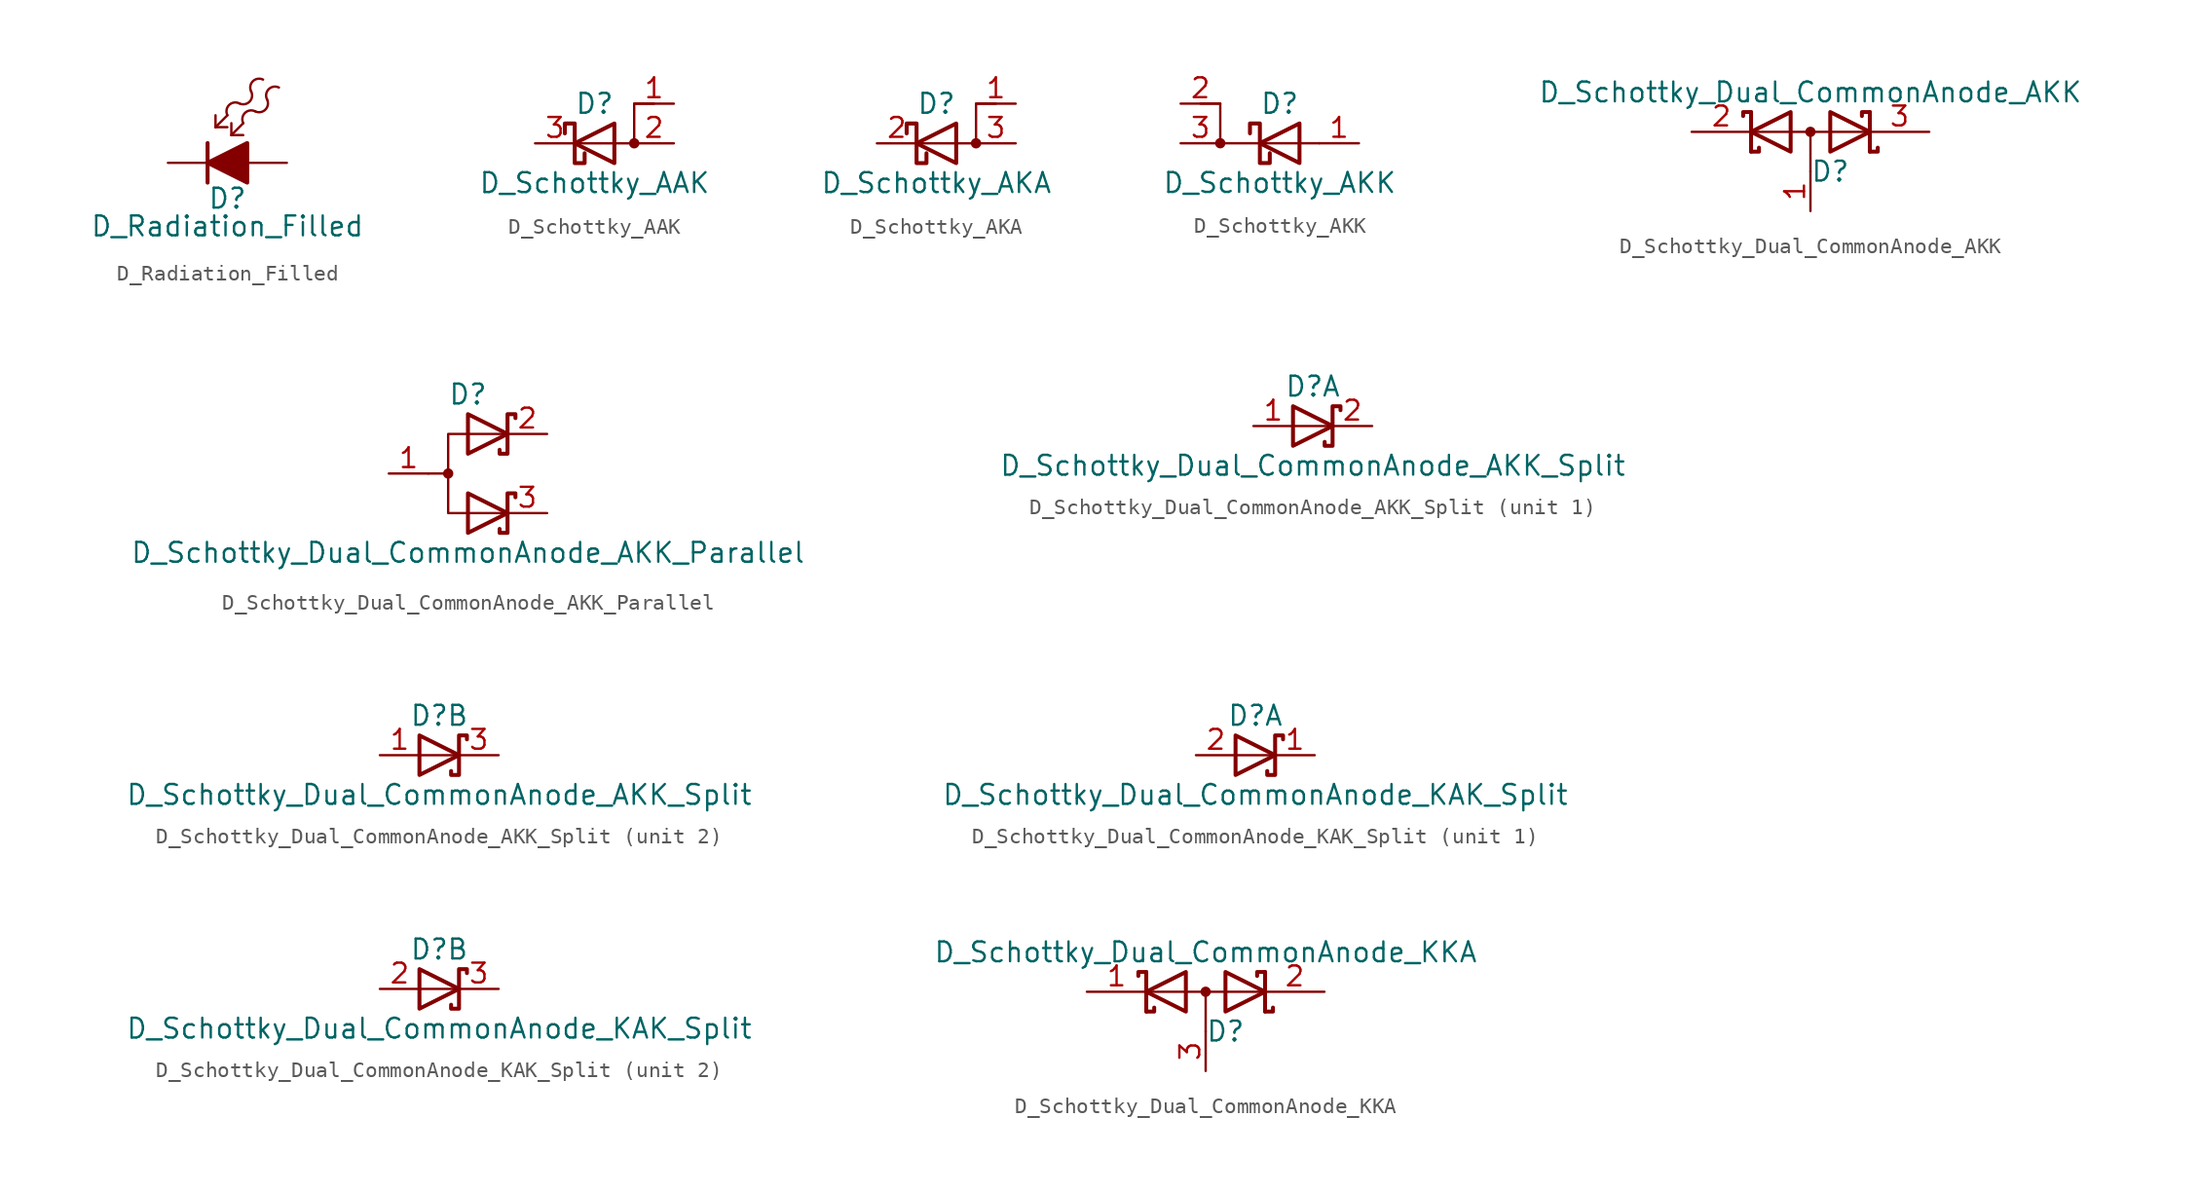
<source format=kicad_sym>
(kicad_symbol_lib
  (version 20241209)
  (generator "kicad_symbol_editor")
  (generator_version "9.0")
  (symbol "D_Radiation_Filled"
    (pin_numbers
      (hide yes))
    (pin_names
      (offset 1.016)
      (hide yes))
    (property "Reference" "D"
      (at -1.27 -2.286 0)
      (effects (font (size 1.27 1.27))))
    (property "Value" "D_Radiation_Filled"
      (at -1.27 -4.064 0)
      (effects (font (size 1.27 1.27))))
    (symbol "D_Radiation_Filled_0_1"
      (polyline (pts (xy -2.54 1.27) (xy -2.54 -1.27)) (stroke (width 0.254) (type default)) (fill (type none)))
      (polyline (pts (xy -2.032 3.048) (xy -2.032 2.286)) (stroke (width 0) (type default)) (fill (type none)))
      (polyline (pts (xy -2.032 2.286) (xy -1.27 3.048)) (stroke (width 0) (type default)) (fill (type none)))
      (polyline (pts (xy -2.032 2.286) (xy -1.27 2.286)) (stroke (width 0) (type default)) (fill (type none)))
      (polyline (pts (xy -1.016 2.54) (xy -1.016 1.778)) (stroke (width 0) (type default)) (fill (type none)))
      (polyline (pts (xy -1.016 1.778) (xy -0.254 2.54)) (stroke (width 0) (type default)) (fill (type none)))
      (polyline (pts (xy -1.016 1.778) (xy -0.254 1.778)) (stroke (width 0) (type default)) (fill (type none)))
      (arc (start -1.27 3.048) (mid -1.1636 3.7036) (end -0.508 3.81) (stroke (width 0) (type default)) (fill (type none)))
      (arc (start 0.254 4.572) (mid 0.1476 3.9164) (end -0.508 3.81) (stroke (width 0) (type default)) (fill (type none)))
      (polyline (pts (xy 0 1.27) (xy 0 -1.27) (xy -2.54 0) (xy 0 1.27)) (stroke (width 0.254) (type default)) (fill (type outline)))
      (polyline (pts (xy 0 0) (xy -2.54 0)) (stroke (width 0) (type default)) (fill (type none)))
      (arc (start -0.254 2.54) (mid -0.1476 3.1956) (end 0.508 3.302) (stroke (width 0) (type default)) (fill (type none)))
      (arc (start 0.254 4.572) (mid 0.3604 5.2276) (end 1.016 5.334) (stroke (width 0) (type default)) (fill (type none)))
      (arc (start 1.27 4.064) (mid 1.1636 3.4084) (end 0.508 3.302) (stroke (width 0) (type default)) (fill (type none)))
      (arc (start 1.27 4.064) (mid 1.3764 4.7196) (end 2.032 4.826) (stroke (width 0) (type default)) (fill (type none))))
    (symbol "D_Radiation_Filled_1_1"
      (pin passive line (at -5.08 0 0) (length 2.54) (name "K" (effects (font (size 1.27 1.27)))) (number "1" (effects (font (size 1.27 1.27)))))
      (pin passive line (at 2.54 0 180) (length 2.54) (name "A" (effects (font (size 1.27 1.27)))) (number "2" (effects (font (size 1.27 1.27)))))))
  (symbol "D_Schottky_AAK"
    (pin_names
      (offset 0)
      (hide yes))
    (property "Reference" "D"
      (at 0 2.54 0)
      (effects (font (size 1.27 1.27))))
    (property "Value" "D_Schottky_AAK"
      (at 0 -2.54 0)
      (effects (font (size 1.27 1.27))))
    (symbol "D_Schottky_AAK_0_1"
      (polyline (pts (xy -1.905 0.635) (xy -1.905 1.27) (xy -1.27 1.27) (xy -1.27 -1.27) (xy -0.635 -1.27) (xy -0.635 -0.635)) (stroke (width 0.254) (type default)) (fill (type none)))
      (polyline (pts (xy 1.27 1.27) (xy 1.27 -1.27) (xy -1.27 0) (xy 1.27 1.27)) (stroke (width 0.254) (type default)) (fill (type none)))
      (circle (center 2.54 0) (radius 0.254) (stroke (width 0) (type default)) (fill (type outline)))
      (polyline (pts (xy 3.81 2.54) (xy 2.54 2.54) (xy 2.54 0) (xy -1.27 0)) (stroke (width 0) (type default)) (fill (type none))))
    (symbol "D_Schottky_AAK_1_1"
      (pin passive line (at -3.81 0 0) (length 2.54) (name "K" (effects (font (size 1.27 1.27)))) (number "3" (effects (font (size 1.27 1.27)))))
      (pin passive line (at 5.08 2.54 180) (length 2.54) (name "A" (effects (font (size 1.27 1.27)))) (number "1" (effects (font (size 1.27 1.27)))))
      (pin passive line (at 5.08 0 180) (length 2.54) (name "A" (effects (font (size 1.27 1.27)))) (number "2" (effects (font (size 1.27 1.27)))))))
  (symbol "D_Schottky_AKA"
    (pin_names
      (offset 0)
      (hide yes))
    (property "Reference" "D"
      (at 0 2.54 0)
      (effects (font (size 1.27 1.27))))
    (property "Value" "D_Schottky_AKA"
      (at 0 -2.54 0)
      (effects (font (size 1.27 1.27))))
    (symbol "D_Schottky_AKA_0_1"
      (polyline (pts (xy -1.905 0.635) (xy -1.905 1.27) (xy -1.27 1.27) (xy -1.27 -1.27) (xy -0.635 -1.27) (xy -0.635 -0.635)) (stroke (width 0.254) (type default)) (fill (type none)))
      (polyline (pts (xy 1.27 1.27) (xy 1.27 -1.27) (xy -1.27 0) (xy 1.27 1.27)) (stroke (width 0.254) (type default)) (fill (type none)))
      (circle (center 2.54 0) (radius 0.254) (stroke (width 0) (type default)) (fill (type outline)))
      (polyline (pts (xy 3.81 2.54) (xy 2.54 2.54) (xy 2.54 0) (xy -1.27 0)) (stroke (width 0) (type default)) (fill (type none))))
    (symbol "D_Schottky_AKA_1_1"
      (pin passive line (at -3.81 0 0) (length 2.54) (name "K" (effects (font (size 1.27 1.27)))) (number "2" (effects (font (size 1.27 1.27)))))
      (pin passive line (at 5.08 2.54 180) (length 2.54) (name "A" (effects (font (size 1.27 1.27)))) (number "1" (effects (font (size 1.27 1.27)))))
      (pin passive line (at 5.08 0 180) (length 2.54) (name "A" (effects (font (size 1.27 1.27)))) (number "3" (effects (font (size 1.27 1.27)))))))
  (symbol "D_Schottky_AKK"
    (pin_names
      (offset 0)
      (hide yes))
    (property "Reference" "D"
      (at 0 2.54 0)
      (effects (font (size 1.27 1.27))))
    (property "Value" "D_Schottky_AKK"
      (at 0 -2.54 0)
      (effects (font (size 1.27 1.27))))
    (symbol "D_Schottky_AKK_0_1"
      (polyline (pts (xy -5.08 2.54) (xy -3.81 2.54) (xy -3.81 0) (xy 2.54 0)) (stroke (width 0) (type default)) (fill (type none)))
      (circle (center -3.81 0) (radius 0.254) (stroke (width 0) (type default)) (fill (type outline)))
      (polyline (pts (xy -1.905 0.635) (xy -1.905 1.27) (xy -1.27 1.27) (xy -1.27 -1.27) (xy -0.635 -1.27) (xy -0.635 -0.635)) (stroke (width 0.254) (type default)) (fill (type none)))
      (polyline (pts (xy 1.27 1.27) (xy 1.27 -1.27) (xy -1.27 0) (xy 1.27 1.27)) (stroke (width 0.254) (type default)) (fill (type none))))
    (symbol "D_Schottky_AKK_1_1"
      (pin passive line (at -6.35 2.54 0) (length 2.54) (name "K" (effects (font (size 1.27 1.27)))) (number "2" (effects (font (size 1.27 1.27)))))
      (pin passive line (at -6.35 0 0) (length 2.54) (name "K" (effects (font (size 1.27 1.27)))) (number "3" (effects (font (size 1.27 1.27)))))
      (pin passive line (at 5.08 0 180) (length 2.54) (name "A" (effects (font (size 1.27 1.27)))) (number "1" (effects (font (size 1.27 1.27)))))))
  (symbol "D_Schottky_Dual_CommonAnode_AKK"
    (pin_names
      (offset 0.762)
      (hide yes))
    (property "Reference" "D"
      (at 1.27 -2.54 0)
      (effects (font (size 1.27 1.27))))
    (property "Value" "D_Schottky_Dual_CommonAnode_AKK"
      (at 0 2.54 0)
      (effects (font (size 1.27 1.27))))
    (symbol "D_Schottky_Dual_CommonAnode_AKK_0_1"
      (polyline (pts (xy -3.81 1.27) (xy -3.81 -1.27) (xy -3.81 -1.27)) (stroke (width 0.254) (type default)) (fill (type none)))
      (polyline (pts (xy -3.81 1.27) (xy -4.318 1.27) (xy -4.318 1.016) (xy -4.318 1.016)) (stroke (width 0.254) (type default)) (fill (type none)))
      (polyline (pts (xy -3.556 0) (xy 3.81 0)) (stroke (width 0) (type default)) (fill (type none)))
      (polyline (pts (xy -3.302 -1.016) (xy -3.302 -1.27) (xy -3.81 -1.27) (xy -3.81 -1.27) (xy -3.81 -1.27)) (stroke (width 0.254) (type default)) (fill (type none)))
      (polyline (pts (xy -1.27 -1.27) (xy -3.81 0) (xy -1.27 1.27) (xy -1.27 -1.27) (xy -1.27 -1.27) (xy -1.27 -1.27)) (stroke (width 0.254) (type default)) (fill (type none)))
      (polyline (pts (xy 0 0) (xy 0 -2.54)) (stroke (width 0) (type default)) (fill (type none)))
      (circle (center 0 0) (radius 0.254) (stroke (width 0) (type default)) (fill (type outline)))
      (polyline (pts (xy 1.27 1.27) (xy 3.81 0) (xy 1.27 -1.27) (xy 1.27 1.27) (xy 1.27 1.27) (xy 1.27 1.27)) (stroke (width 0.254) (type default)) (fill (type none)))
      (polyline (pts (xy 3.81 1.27) (xy 3.81 -1.27) (xy 3.81 -1.27)) (stroke (width 0.254) (type default)) (fill (type none)))
      (polyline (pts (xy 3.81 1.27) (xy 3.302 1.27) (xy 3.302 1.016) (xy 3.302 1.016)) (stroke (width 0.254) (type default)) (fill (type none)))
      (polyline (pts (xy 3.81 -1.27) (xy 4.318 -1.27) (xy 4.318 -1.016) (xy 4.318 -1.016)) (stroke (width 0.254) (type default)) (fill (type none)))
      (pin passive line (at -7.62 0 0) (length 3.81) (name "K" (effects (font (size 1.27 1.27)))) (number "2" (effects (font (size 1.27 1.27)))))
      (pin passive line (at 0 -5.08 90) (length 2.54) (name "A" (effects (font (size 1.27 1.27)))) (number "1" (effects (font (size 1.27 1.27)))))
      (pin passive line (at 7.62 0 180) (length 3.81) (name "K" (effects (font (size 1.27 1.27)))) (number "3" (effects (font (size 1.27 1.27)))))))
  (symbol "D_Schottky_Dual_CommonAnode_AKK_Parallel"
    (pin_names
      (offset 0.762)
      (hide yes))
    (property "Reference" "D"
      (at 0 5.08 0)
      (effects (font (size 1.27 1.27))))
    (property "Value" "D_Schottky_Dual_CommonAnode_AKK_Parallel"
      (at 0 -5.08 0)
      (effects (font (size 1.27 1.27))))
    (symbol "D_Schottky_Dual_CommonAnode_AKK_Parallel_0_1"
      (circle (center -1.27 0) (radius 0.254) (stroke (width 0) (type default)) (fill (type outline)))
      (polyline (pts (xy -1.27 0) (xy -2.54 0)) (stroke (width 0) (type default)) (fill (type none)))
      (polyline (pts (xy 0 3.81) (xy 2.54 2.54) (xy 0 1.27) (xy 0 3.81) (xy 0 3.81) (xy 0 3.81)) (stroke (width 0.254) (type default)) (fill (type none)))
      (polyline (pts (xy 0 -1.27) (xy 2.54 -2.54) (xy 0 -3.81) (xy 0 -1.27) (xy 0 -1.27) (xy 0 -1.27)) (stroke (width 0.254) (type default)) (fill (type none)))
      (polyline (pts (xy 2.54 2.54) (xy -1.27 2.54) (xy -1.27 -2.54) (xy 2.54 -2.54)) (stroke (width 0) (type default)) (fill (type none)))
      (polyline (pts (xy 3.048 3.556) (xy 3.048 3.81) (xy 2.54 3.81) (xy 2.54 1.27) (xy 2.032 1.27) (xy 2.032 1.524)) (stroke (width 0.254) (type default)) (fill (type none)))
      (polyline (pts (xy 3.048 -1.524) (xy 3.048 -1.27) (xy 2.54 -1.27) (xy 2.54 -3.81) (xy 2.032 -3.81) (xy 2.032 -3.556)) (stroke (width 0.254) (type default)) (fill (type none)))
      (pin passive line (at -5.08 0 0) (length 2.54) (name "A" (effects (font (size 1.27 1.27)))) (number "1" (effects (font (size 1.27 1.27)))))
      (pin passive line (at 5.08 2.54 180) (length 2.54) (name "K" (effects (font (size 1.27 1.27)))) (number "2" (effects (font (size 1.27 1.27)))))
      (pin passive line (at 5.08 -2.54 180) (length 2.54) (name "K" (effects (font (size 1.27 1.27)))) (number "3" (effects (font (size 1.27 1.27)))))))
  (symbol "D_Schottky_Dual_CommonAnode_AKK_Split"
    (pin_names
      (offset 0.762)
      (hide yes))
    (property "Reference" "D"
      (at 0 2.54 0)
      (effects (font (size 1.27 1.27))))
    (property "Value" "D_Schottky_Dual_CommonAnode_AKK_Split"
      (at 0 -2.54 0)
      (effects (font (size 1.27 1.27))))
    (property "ki_locked" ""
      (at 0 0 0)
      (effects (font (size 1.27 1.27))))
    (symbol "D_Schottky_Dual_CommonAnode_AKK_Split_0_1"
      (polyline (pts (xy -1.27 1.27) (xy 1.27 0) (xy -1.27 -1.27) (xy -1.27 1.27) (xy -1.27 1.27) (xy -1.27 1.27)) (stroke (width 0.254) (type default)) (fill (type none)))
      (polyline (pts (xy 1.27 0) (xy -1.27 0)) (stroke (width 0) (type default)) (fill (type none)))
      (polyline (pts (xy 1.778 1.016) (xy 1.778 1.27) (xy 1.27 1.27) (xy 1.27 -1.27) (xy 0.762 -1.27) (xy 0.762 -1.016)) (stroke (width 0.254) (type default)) (fill (type none)))
      (pin passive line (at -3.81 0 0) (length 2.54) (name "A" (effects (font (size 1.27 1.27)))) (number "1" (effects (font (size 1.27 1.27))))))
    (symbol "D_Schottky_Dual_CommonAnode_AKK_Split_1_1"
      (pin passive line (at 3.81 0 180) (length 2.54) (name "K" (effects (font (size 1.27 1.27)))) (number "2" (effects (font (size 1.27 1.27))))))
    (symbol "D_Schottky_Dual_CommonAnode_AKK_Split_2_1"
      (pin passive line (at 3.81 0 180) (length 2.54) (name "K" (effects (font (size 1.27 1.27)))) (number "3" (effects (font (size 1.27 1.27)))))))
  (symbol "D_Schottky_Dual_CommonAnode_KAK_Split"
    (pin_names
      (offset 0.762)
      (hide yes))
    (property "Reference" "D"
      (at 0 2.54 0)
      (effects (font (size 1.27 1.27))))
    (property "Value" "D_Schottky_Dual_CommonAnode_KAK_Split"
      (at 0 -2.54 0)
      (effects (font (size 1.27 1.27))))
    (property "ki_locked" ""
      (at 0 0 0)
      (effects (font (size 1.27 1.27))))
    (symbol "D_Schottky_Dual_CommonAnode_KAK_Split_0_1"
      (polyline (pts (xy -1.27 1.27) (xy 1.27 0) (xy -1.27 -1.27) (xy -1.27 1.27) (xy -1.27 1.27) (xy -1.27 1.27)) (stroke (width 0.254) (type default)) (fill (type none)))
      (polyline (pts (xy 1.27 0) (xy -1.27 0)) (stroke (width 0) (type default)) (fill (type none)))
      (polyline (pts (xy 1.778 1.016) (xy 1.778 1.27) (xy 1.27 1.27) (xy 1.27 -1.27) (xy 0.762 -1.27) (xy 0.762 -1.016)) (stroke (width 0.254) (type default)) (fill (type none)))
      (pin passive line (at -3.81 0 0) (length 2.54) (name "A" (effects (font (size 1.27 1.27)))) (number "2" (effects (font (size 1.27 1.27))))))
    (symbol "D_Schottky_Dual_CommonAnode_KAK_Split_1_1"
      (pin passive line (at 3.81 0 180) (length 2.54) (name "K" (effects (font (size 1.27 1.27)))) (number "1" (effects (font (size 1.27 1.27))))))
    (symbol "D_Schottky_Dual_CommonAnode_KAK_Split_2_1"
      (pin passive line (at 3.81 0 180) (length 2.54) (name "K" (effects (font (size 1.27 1.27)))) (number "3" (effects (font (size 1.27 1.27)))))))
  (symbol "D_Schottky_Dual_CommonAnode_KKA"
    (pin_names
      (offset 0.762)
      (hide yes))
    (property "Reference" "D"
      (at 1.27 -2.54 0)
      (effects (font (size 1.27 1.27))))
    (property "Value" "D_Schottky_Dual_CommonAnode_KKA"
      (at 0 2.54 0)
      (effects (font (size 1.27 1.27))))
    (symbol "D_Schottky_Dual_CommonAnode_KKA_0_1"
      (polyline (pts (xy -3.81 1.27) (xy -3.81 -1.27) (xy -3.81 -1.27)) (stroke (width 0.254) (type default)) (fill (type none)))
      (polyline (pts (xy -3.81 1.27) (xy -4.318 1.27) (xy -4.318 1.016) (xy -4.318 1.016)) (stroke (width 0.254) (type default)) (fill (type none)))
      (polyline (pts (xy -3.556 0) (xy 3.81 0)) (stroke (width 0) (type default)) (fill (type none)))
      (polyline (pts (xy -3.302 -1.016) (xy -3.302 -1.27) (xy -3.81 -1.27) (xy -3.81 -1.27) (xy -3.81 -1.27)) (stroke (width 0.254) (type default)) (fill (type none)))
      (polyline (pts (xy -1.27 -1.27) (xy -3.81 0) (xy -1.27 1.27) (xy -1.27 -1.27) (xy -1.27 -1.27) (xy -1.27 -1.27)) (stroke (width 0.254) (type default)) (fill (type none)))
      (polyline (pts (xy 0 0) (xy 0 -2.54)) (stroke (width 0) (type default)) (fill (type none)))
      (circle (center 0 0) (radius 0.254) (stroke (width 0) (type default)) (fill (type outline)))
      (polyline (pts (xy 1.27 1.27) (xy 3.81 0) (xy 1.27 -1.27) (xy 1.27 1.27) (xy 1.27 1.27) (xy 1.27 1.27)) (stroke (width 0.254) (type default)) (fill (type none)))
      (polyline (pts (xy 3.81 1.27) (xy 3.81 -1.27) (xy 3.81 -1.27)) (stroke (width 0.254) (type default)) (fill (type none)))
      (polyline (pts (xy 3.81 1.27) (xy 3.302 1.27) (xy 3.302 1.016) (xy 3.302 1.016)) (stroke (width 0.254) (type default)) (fill (type none)))
      (polyline (pts (xy 3.81 -1.27) (xy 4.318 -1.27) (xy 4.318 -1.016) (xy 4.318 -1.016)) (stroke (width 0.254) (type default)) (fill (type none)))
      (pin passive line (at -7.62 0 0) (length 3.81) (name "K" (effects (font (size 1.27 1.27)))) (number "1" (effects (font (size 1.27 1.27)))))
      (pin passive line (at 0 -5.08 90) (length 2.54) (name "A" (effects (font (size 1.27 1.27)))) (number "3" (effects (font (size 1.27 1.27)))))
      (pin passive line (at 7.62 0 180) (length 3.81) (name "K" (effects (font (size 1.27 1.27)))) (number "2" (effects (font (size 1.27 1.27))))))))
</source>
